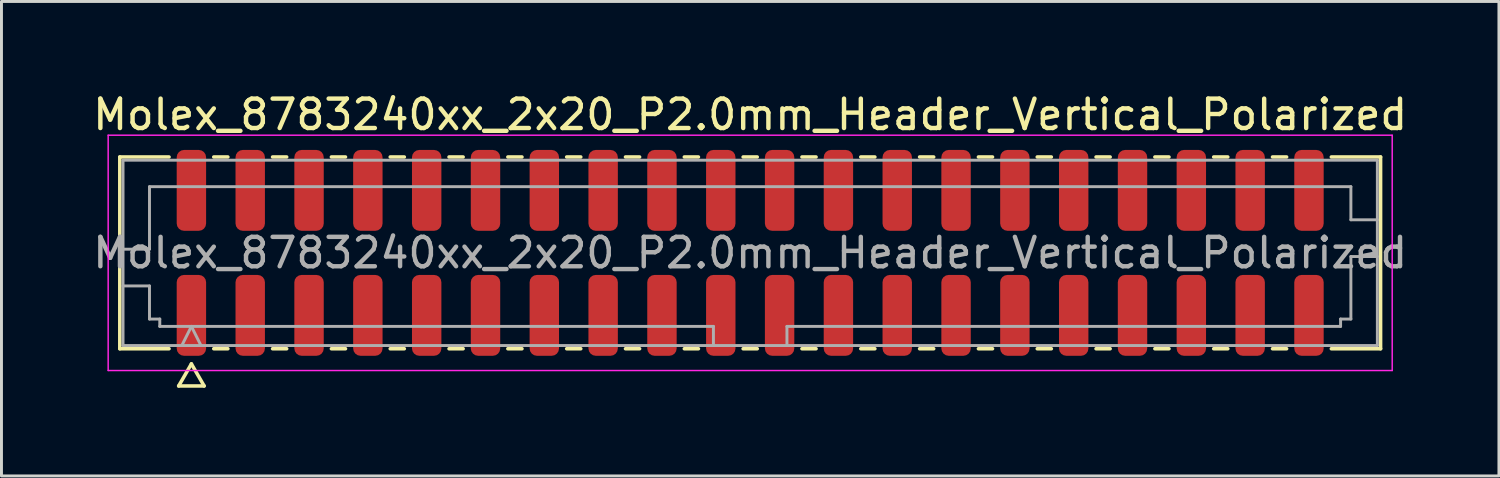
<source format=kicad_pcb>
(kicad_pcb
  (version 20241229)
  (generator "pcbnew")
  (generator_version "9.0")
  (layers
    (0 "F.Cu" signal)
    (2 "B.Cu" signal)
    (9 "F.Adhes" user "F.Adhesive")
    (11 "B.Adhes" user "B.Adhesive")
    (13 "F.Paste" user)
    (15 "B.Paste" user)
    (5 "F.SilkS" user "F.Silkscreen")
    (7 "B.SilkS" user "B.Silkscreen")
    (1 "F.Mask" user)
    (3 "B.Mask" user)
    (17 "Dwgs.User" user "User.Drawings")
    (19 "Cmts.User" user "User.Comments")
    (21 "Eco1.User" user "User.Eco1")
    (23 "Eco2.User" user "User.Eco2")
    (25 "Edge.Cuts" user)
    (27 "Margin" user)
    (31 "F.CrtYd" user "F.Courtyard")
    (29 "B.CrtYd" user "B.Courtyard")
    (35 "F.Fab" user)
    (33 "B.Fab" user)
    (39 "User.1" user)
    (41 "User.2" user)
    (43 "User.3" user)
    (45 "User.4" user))
  (footprint "Molex_8783240xx_2x20_P2.0mm_Header_Vertical_Polarized"
    (layer "F.Cu")
    (at 22.458 5.548)
    (property "Reference" "Molex_8783240xx_2x20_P2.0mm_Header_Vertical_Polarized" (at 0 -4.7 0) (layer "F.SilkS") (effects (font (size 1 1) (thickness 0.15))))
    (attr smd)
    (fp_line (start -21.435 -3.26) (end -19.76 -3.26) (stroke (width 0.12) (type solid)) (layer "F.SilkS"))
    (fp_line (start -21.435 3.26) (end -21.435 -3.26) (stroke (width 0.12) (type solid)) (layer "F.SilkS"))
    (fp_line (start -19.76 3.26) (end -21.435 3.26) (stroke (width 0.12) (type solid)) (layer "F.SilkS"))
    (fp_line (start -19.433 4.525) (end -19 3.775) (stroke (width 0.12) (type solid)) (layer "F.SilkS"))
    (fp_line (start -19 3.775) (end -18.567 4.525) (stroke (width 0.12) (type solid)) (layer "F.SilkS"))
    (fp_line (start -18.567 4.525) (end -19.433 4.525) (stroke (width 0.12) (type solid)) (layer "F.SilkS"))
    (fp_line (start -18.24 -3.26) (end -17.76 -3.26) (stroke (width 0.12) (type solid)) (layer "F.SilkS"))
    (fp_line (start -17.76 3.26) (end -18.24 3.26) (stroke (width 0.12) (type solid)) (layer "F.SilkS"))
    (fp_line (start -16.24 -3.26) (end -15.76 -3.26) (stroke (width 0.12) (type solid)) (layer "F.SilkS"))
    (fp_line (start -15.76 3.26) (end -16.24 3.26) (stroke (width 0.12) (type solid)) (layer "F.SilkS"))
    (fp_line (start -14.24 -3.26) (end -13.76 -3.26) (stroke (width 0.12) (type solid)) (layer "F.SilkS"))
    (fp_line (start -13.76 3.26) (end -14.24 3.26) (stroke (width 0.12) (type solid)) (layer "F.SilkS"))
    (fp_line (start -12.24 -3.26) (end -11.76 -3.26) (stroke (width 0.12) (type solid)) (layer "F.SilkS"))
    (fp_line (start -11.76 3.26) (end -12.24 3.26) (stroke (width 0.12) (type solid)) (layer "F.SilkS"))
    (fp_line (start -10.24 -3.26) (end -9.76 -3.26) (stroke (width 0.12) (type solid)) (layer "F.SilkS"))
    (fp_line (start -9.76 3.26) (end -10.24 3.26) (stroke (width 0.12) (type solid)) (layer "F.SilkS"))
    (fp_line (start -8.24 -3.26) (end -7.76 -3.26) (stroke (width 0.12) (type solid)) (layer "F.SilkS"))
    (fp_line (start -7.76 3.26) (end -8.24 3.26) (stroke (width 0.12) (type solid)) (layer "F.SilkS"))
    (fp_line (start -6.24 -3.26) (end -5.76 -3.26) (stroke (width 0.12) (type solid)) (layer "F.SilkS"))
    (fp_line (start -5.76 3.26) (end -6.24 3.26) (stroke (width 0.12) (type solid)) (layer "F.SilkS"))
    (fp_line (start -4.24 -3.26) (end -3.76 -3.26) (stroke (width 0.12) (type solid)) (layer "F.SilkS"))
    (fp_line (start -3.76 3.26) (end -4.24 3.26) (stroke (width 0.12) (type solid)) (layer "F.SilkS"))
    (fp_line (start -2.24 -3.26) (end -1.76 -3.26) (stroke (width 0.12) (type solid)) (layer "F.SilkS"))
    (fp_line (start -1.76 3.26) (end -2.24 3.26) (stroke (width 0.12) (type solid)) (layer "F.SilkS"))
    (fp_line (start -0.24 -3.26) (end 0.24 -3.26) (stroke (width 0.12) (type solid)) (layer "F.SilkS"))
    (fp_line (start 0.24 3.26) (end -0.24 3.26) (stroke (width 0.12) (type solid)) (layer "F.SilkS"))
    (fp_line (start 1.76 -3.26) (end 2.24 -3.26) (stroke (width 0.12) (type solid)) (layer "F.SilkS"))
    (fp_line (start 2.24 3.26) (end 1.76 3.26) (stroke (width 0.12) (type solid)) (layer "F.SilkS"))
    (fp_line (start 3.76 -3.26) (end 4.24 -3.26) (stroke (width 0.12) (type solid)) (layer "F.SilkS"))
    (fp_line (start 4.24 3.26) (end 3.76 3.26) (stroke (width 0.12) (type solid)) (layer "F.SilkS"))
    (fp_line (start 5.76 -3.26) (end 6.24 -3.26) (stroke (width 0.12) (type solid)) (layer "F.SilkS"))
    (fp_line (start 6.24 3.26) (end 5.76 3.26) (stroke (width 0.12) (type solid)) (layer "F.SilkS"))
    (fp_line (start 7.76 -3.26) (end 8.24 -3.26) (stroke (width 0.12) (type solid)) (layer "F.SilkS"))
    (fp_line (start 8.24 3.26) (end 7.76 3.26) (stroke (width 0.12) (type solid)) (layer "F.SilkS"))
    (fp_line (start 9.76 -3.26) (end 10.24 -3.26) (stroke (width 0.12) (type solid)) (layer "F.SilkS"))
    (fp_line (start 10.24 3.26) (end 9.76 3.26) (stroke (width 0.12) (type solid)) (layer "F.SilkS"))
    (fp_line (start 11.76 -3.26) (end 12.24 -3.26) (stroke (width 0.12) (type solid)) (layer "F.SilkS"))
    (fp_line (start 12.24 3.26) (end 11.76 3.26) (stroke (width 0.12) (type solid)) (layer "F.SilkS"))
    (fp_line (start 13.76 -3.26) (end 14.24 -3.26) (stroke (width 0.12) (type solid)) (layer "F.SilkS"))
    (fp_line (start 14.24 3.26) (end 13.76 3.26) (stroke (width 0.12) (type solid)) (layer "F.SilkS"))
    (fp_line (start 15.76 -3.26) (end 16.24 -3.26) (stroke (width 0.12) (type solid)) (layer "F.SilkS"))
    (fp_line (start 16.24 3.26) (end 15.76 3.26) (stroke (width 0.12) (type solid)) (layer "F.SilkS"))
    (fp_line (start 17.76 -3.26) (end 18.24 -3.26) (stroke (width 0.12) (type solid)) (layer "F.SilkS"))
    (fp_line (start 18.24 3.26) (end 17.76 3.26) (stroke (width 0.12) (type solid)) (layer "F.SilkS"))
    (fp_line (start 19.76 -3.26) (end 21.435 -3.26) (stroke (width 0.12) (type solid)) (layer "F.SilkS"))
    (fp_line (start 21.435 -3.26) (end 21.435 3.26) (stroke (width 0.12) (type solid)) (layer "F.SilkS"))
    (fp_line (start 21.435 3.26) (end 19.76 3.26) (stroke (width 0.12) (type solid)) (layer "F.SilkS"))
    (fp_line (start -21.83 -4) (end -21.83 4) (stroke (width 0.05) (type solid)) (layer "F.CrtYd"))
    (fp_line (start -21.83 4) (end 21.83 4) (stroke (width 0.05) (type solid)) (layer "F.CrtYd"))
    (fp_line (start 21.83 -4) (end -21.83 -4) (stroke (width 0.05) (type solid)) (layer "F.CrtYd"))
    (fp_line (start 21.83 4) (end 21.83 -4) (stroke (width 0.05) (type solid)) (layer "F.CrtYd"))
    (fp_line (start -21.325 -3.15) (end 21.325 -3.15) (stroke (width 0.1) (type solid)) (layer "F.Fab"))
    (fp_line (start -21.325 -0.125) (end -20.425 -0.125) (stroke (width 0.1) (type solid)) (layer "F.Fab"))
    (fp_line (start -21.325 1.125) (end -20.425 1.125) (stroke (width 0.1) (type solid)) (layer "F.Fab"))
    (fp_line (start -21.325 3.15) (end -21.325 -3.15) (stroke (width 0.1) (type solid)) (layer "F.Fab"))
    (fp_line (start -20.425 -2.25) (end 20.425 -2.25) (stroke (width 0.1) (type solid)) (layer "F.Fab"))
    (fp_line (start -20.425 -0.125) (end -20.425 -2.25) (stroke (width 0.1) (type solid)) (layer "F.Fab"))
    (fp_line (start -20.425 1.125) (end -20.425 2.25) (stroke (width 0.1) (type solid)) (layer "F.Fab"))
    (fp_line (start -20.425 2.25) (end -20.075 2.25) (stroke (width 0.1) (type solid)) (layer "F.Fab"))
    (fp_line (start -20.075 2.25) (end -20.075 2.5) (stroke (width 0.1) (type solid)) (layer "F.Fab"))
    (fp_line (start -20.075 2.5) (end -1.25 2.5) (stroke (width 0.1) (type solid)) (layer "F.Fab"))
    (fp_line (start -19.325 3.15) (end -19 2.5) (stroke (width 0.1) (type solid)) (layer "F.Fab"))
    (fp_line (start -19 2.5) (end -18.675 3.15) (stroke (width 0.1) (type solid)) (layer "F.Fab"))
    (fp_line (start -1.25 2.5) (end -1.25 3.15) (stroke (width 0.1) (type solid)) (layer "F.Fab"))
    (fp_line (start 1.25 2.5) (end 1.25 3.15) (stroke (width 0.1) (type solid)) (layer "F.Fab"))
    (fp_line (start 1.25 2.5) (end 20.075 2.5) (stroke (width 0.1) (type solid)) (layer "F.Fab"))
    (fp_line (start 20.075 2.25) (end 20.425 2.25) (stroke (width 0.1) (type solid)) (layer "F.Fab"))
    (fp_line (start 20.075 2.5) (end 20.075 2.25) (stroke (width 0.1) (type solid)) (layer "F.Fab"))
    (fp_line (start 20.425 -2.25) (end 20.425 -1.125) (stroke (width 0.1) (type solid)) (layer "F.Fab"))
    (fp_line (start 20.425 -1.125) (end 21.325 -1.125) (stroke (width 0.1) (type solid)) (layer "F.Fab"))
    (fp_line (start 20.425 0.125) (end 21.325 0.125) (stroke (width 0.1) (type solid)) (layer "F.Fab"))
    (fp_line (start 20.425 2.25) (end 20.425 0.125) (stroke (width 0.1) (type solid)) (layer "F.Fab"))
    (fp_line (start 21.325 -3.15) (end 21.325 3.15) (stroke (width 0.1) (type solid)) (layer "F.Fab"))
    (fp_line (start 21.325 3.15) (end -21.325 3.15) (stroke (width 0.1) (type solid)) (layer "F.Fab"))
    (fp_text user "${REFERENCE}" (at 0 0 0) (layer "F.Fab") (effects (font (size 1 1) (thickness 0.15))))
    (pad "1" smd roundrect (at -19 2.125) (size 1 2.75) (layers "F.Cu" "F.Mask" "F.Paste") (roundrect_rratio 0.25))
    (pad "2" smd roundrect (at -19 -2.125) (size 1 2.75) (layers "F.Cu" "F.Mask" "F.Paste") (roundrect_rratio 0.25))
    (pad "3" smd roundrect (at -17 2.125) (size 1 2.75) (layers "F.Cu" "F.Mask" "F.Paste") (roundrect_rratio 0.25))
    (pad "4" smd roundrect (at -17 -2.125) (size 1 2.75) (layers "F.Cu" "F.Mask" "F.Paste") (roundrect_rratio 0.25))
    (pad "5" smd roundrect (at -15 2.125) (size 1 2.75) (layers "F.Cu" "F.Mask" "F.Paste") (roundrect_rratio 0.25))
    (pad "6" smd roundrect (at -15 -2.125) (size 1 2.75) (layers "F.Cu" "F.Mask" "F.Paste") (roundrect_rratio 0.25))
    (pad "7" smd roundrect (at -13 2.125) (size 1 2.75) (layers "F.Cu" "F.Mask" "F.Paste") (roundrect_rratio 0.25))
    (pad "8" smd roundrect (at -13 -2.125) (size 1 2.75) (layers "F.Cu" "F.Mask" "F.Paste") (roundrect_rratio 0.25))
    (pad "9" smd roundrect (at -11 2.125) (size 1 2.75) (layers "F.Cu" "F.Mask" "F.Paste") (roundrect_rratio 0.25))
    (pad "10" smd roundrect (at -11 -2.125) (size 1 2.75) (layers "F.Cu" "F.Mask" "F.Paste") (roundrect_rratio 0.25))
    (pad "11" smd roundrect (at -9 2.125) (size 1 2.75) (layers "F.Cu" "F.Mask" "F.Paste") (roundrect_rratio 0.25))
    (pad "12" smd roundrect (at -9 -2.125) (size 1 2.75) (layers "F.Cu" "F.Mask" "F.Paste") (roundrect_rratio 0.25))
    (pad "13" smd roundrect (at -7 2.125) (size 1 2.75) (layers "F.Cu" "F.Mask" "F.Paste") (roundrect_rratio 0.25))
    (pad "14" smd roundrect (at -7 -2.125) (size 1 2.75) (layers "F.Cu" "F.Mask" "F.Paste") (roundrect_rratio 0.25))
    (pad "15" smd roundrect (at -5 2.125) (size 1 2.75) (layers "F.Cu" "F.Mask" "F.Paste") (roundrect_rratio 0.25))
    (pad "16" smd roundrect (at -5 -2.125) (size 1 2.75) (layers "F.Cu" "F.Mask" "F.Paste") (roundrect_rratio 0.25))
    (pad "17" smd roundrect (at -3 2.125) (size 1 2.75) (layers "F.Cu" "F.Mask" "F.Paste") (roundrect_rratio 0.25))
    (pad "18" smd roundrect (at -3 -2.125) (size 1 2.75) (layers "F.Cu" "F.Mask" "F.Paste") (roundrect_rratio 0.25))
    (pad "19" smd roundrect (at -1 2.125) (size 1 2.75) (layers "F.Cu" "F.Mask" "F.Paste") (roundrect_rratio 0.25))
    (pad "20" smd roundrect (at -1 -2.125) (size 1 2.75) (layers "F.Cu" "F.Mask" "F.Paste") (roundrect_rratio 0.25))
    (pad "21" smd roundrect (at 1 2.125) (size 1 2.75) (layers "F.Cu" "F.Mask" "F.Paste") (roundrect_rratio 0.25))
    (pad "22" smd roundrect (at 1 -2.125) (size 1 2.75) (layers "F.Cu" "F.Mask" "F.Paste") (roundrect_rratio 0.25))
    (pad "23" smd roundrect (at 3 2.125) (size 1 2.75) (layers "F.Cu" "F.Mask" "F.Paste") (roundrect_rratio 0.25))
    (pad "24" smd roundrect (at 3 -2.125) (size 1 2.75) (layers "F.Cu" "F.Mask" "F.Paste") (roundrect_rratio 0.25))
    (pad "25" smd roundrect (at 5 2.125) (size 1 2.75) (layers "F.Cu" "F.Mask" "F.Paste") (roundrect_rratio 0.25))
    (pad "26" smd roundrect (at 5 -2.125) (size 1 2.75) (layers "F.Cu" "F.Mask" "F.Paste") (roundrect_rratio 0.25))
    (pad "27" smd roundrect (at 7 2.125) (size 1 2.75) (layers "F.Cu" "F.Mask" "F.Paste") (roundrect_rratio 0.25))
    (pad "28" smd roundrect (at 7 -2.125) (size 1 2.75) (layers "F.Cu" "F.Mask" "F.Paste") (roundrect_rratio 0.25))
    (pad "29" smd roundrect (at 9 2.125) (size 1 2.75) (layers "F.Cu" "F.Mask" "F.Paste") (roundrect_rratio 0.25))
    (pad "30" smd roundrect (at 9 -2.125) (size 1 2.75) (layers "F.Cu" "F.Mask" "F.Paste") (roundrect_rratio 0.25))
    (pad "31" smd roundrect (at 11 2.125) (size 1 2.75) (layers "F.Cu" "F.Mask" "F.Paste") (roundrect_rratio 0.25))
    (pad "32" smd roundrect (at 11 -2.125) (size 1 2.75) (layers "F.Cu" "F.Mask" "F.Paste") (roundrect_rratio 0.25))
    (pad "33" smd roundrect (at 13 2.125) (size 1 2.75) (layers "F.Cu" "F.Mask" "F.Paste") (roundrect_rratio 0.25))
    (pad "34" smd roundrect (at 13 -2.125) (size 1 2.75) (layers "F.Cu" "F.Mask" "F.Paste") (roundrect_rratio 0.25))
    (pad "35" smd roundrect (at 15 2.125) (size 1 2.75) (layers "F.Cu" "F.Mask" "F.Paste") (roundrect_rratio 0.25))
    (pad "36" smd roundrect (at 15 -2.125) (size 1 2.75) (layers "F.Cu" "F.Mask" "F.Paste") (roundrect_rratio 0.25))
    (pad "37" smd roundrect (at 17 2.125) (size 1 2.75) (layers "F.Cu" "F.Mask" "F.Paste") (roundrect_rratio 0.25))
    (pad "38" smd roundrect (at 17 -2.125) (size 1 2.75) (layers "F.Cu" "F.Mask" "F.Paste") (roundrect_rratio 0.25))
    (pad "39" smd roundrect (at 19 2.125) (size 1 2.75) (layers "F.Cu" "F.Mask" "F.Paste") (roundrect_rratio 0.25))
    (pad "40" smd roundrect (at 19 -2.125) (size 1 2.75) (layers "F.Cu" "F.Mask" "F.Paste") (roundrect_rratio 0.25)))
  (gr_rect
    (start -3 -3)
    (end 47.917 13.133)
    (stroke (width 0.1) (type default))
    (fill no)
    (layer "Edge.Cuts")))
</source>
